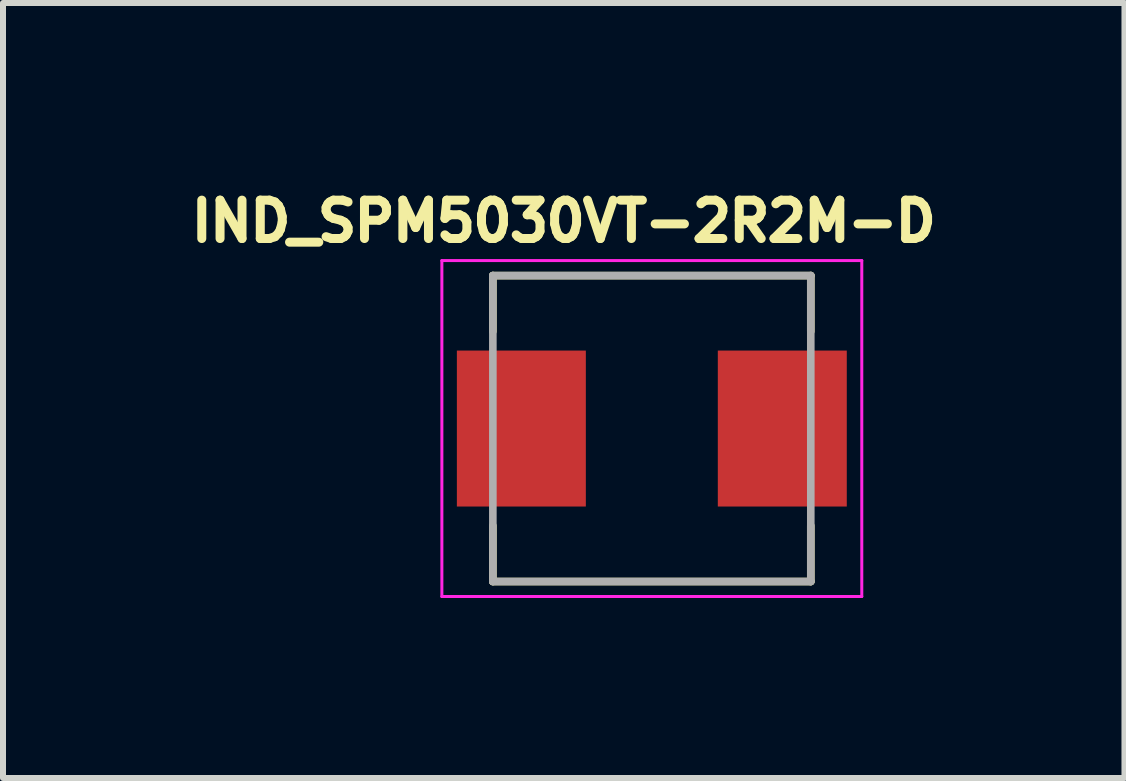
<source format=kicad_pcb>
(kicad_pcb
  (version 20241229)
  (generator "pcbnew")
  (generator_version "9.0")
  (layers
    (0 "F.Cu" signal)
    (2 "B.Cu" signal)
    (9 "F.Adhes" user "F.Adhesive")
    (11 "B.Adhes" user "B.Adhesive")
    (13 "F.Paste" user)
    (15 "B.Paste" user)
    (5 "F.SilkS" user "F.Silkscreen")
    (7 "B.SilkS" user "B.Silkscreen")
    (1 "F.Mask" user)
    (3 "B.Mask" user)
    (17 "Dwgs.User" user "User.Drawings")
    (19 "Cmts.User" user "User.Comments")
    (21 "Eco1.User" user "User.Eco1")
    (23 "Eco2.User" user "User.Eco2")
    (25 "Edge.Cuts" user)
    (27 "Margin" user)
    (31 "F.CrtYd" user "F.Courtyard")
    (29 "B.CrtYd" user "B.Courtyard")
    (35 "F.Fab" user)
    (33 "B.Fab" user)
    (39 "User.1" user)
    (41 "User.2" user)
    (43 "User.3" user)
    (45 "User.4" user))
  (footprint "IND_SPM5030VT-2R2M-D"
    (layer "F.Cu")
    (at 7.816 4.094)
    (property "Reference" "IND_SPM5030VT-2R2M-D" (at -1.468 -3.456 0) (layer "F.SilkS") (effects (font (size 0.64 0.64) (thickness 0.15))))
    (attr smd)
    (fp_line (start -2.65 -2.55) (end -2.65 -1.62) (stroke (width 0.127) (type solid)) (layer "F.SilkS"))
    (fp_line (start -2.65 -2.55) (end 2.65 -2.55) (stroke (width 0.127) (type solid)) (layer "F.SilkS"))
    (fp_line (start -2.65 2.55) (end -2.65 1.62) (stroke (width 0.127) (type solid)) (layer "F.SilkS"))
    (fp_line (start -2.65 2.55) (end 2.65 2.55) (stroke (width 0.127) (type solid)) (layer "F.SilkS"))
    (fp_line (start 2.65 -2.55) (end 2.65 -1.62) (stroke (width 0.127) (type solid)) (layer "F.SilkS"))
    (fp_line (start 2.65 2.55) (end 2.65 1.62) (stroke (width 0.127) (type solid)) (layer "F.SilkS"))
    (fp_line (start -3.5 -2.8) (end -3.5 2.8) (stroke (width 0.05) (type solid)) (layer "F.CrtYd"))
    (fp_line (start -3.5 2.8) (end 3.5 2.8) (stroke (width 0.05) (type solid)) (layer "F.CrtYd"))
    (fp_line (start 3.5 -2.8) (end -3.5 -2.8) (stroke (width 0.05) (type solid)) (layer "F.CrtYd"))
    (fp_line (start 3.5 2.8) (end 3.5 -2.8) (stroke (width 0.05) (type solid)) (layer "F.CrtYd"))
    (fp_line (start -2.65 -2.55) (end -2.65 2.55) (stroke (width 0.127) (type solid)) (layer "F.Fab"))
    (fp_line (start -2.65 -2.55) (end 2.65 -2.55) (stroke (width 0.127) (type solid)) (layer "F.Fab"))
    (fp_line (start -2.65 2.55) (end 2.65 2.55) (stroke (width 0.127) (type solid)) (layer "F.Fab"))
    (fp_line (start 2.65 -2.55) (end 2.65 2.55) (stroke (width 0.127) (type solid)) (layer "F.Fab"))
    (pad "1" smd rect (at -2.175 0) (size 2.15 2.6) (layers "F.Cu" "F.Mask" "F.Paste"))
    (pad "2" smd rect (at 2.175 0) (size 2.15 2.6) (layers "F.Cu" "F.Mask" "F.Paste")))
  (gr_rect
    (start -3 -3)
    (end 15.695 9.919)
    (stroke (width 0.1) (type default))
    (fill no)
    (layer "Edge.Cuts")))
</source>
